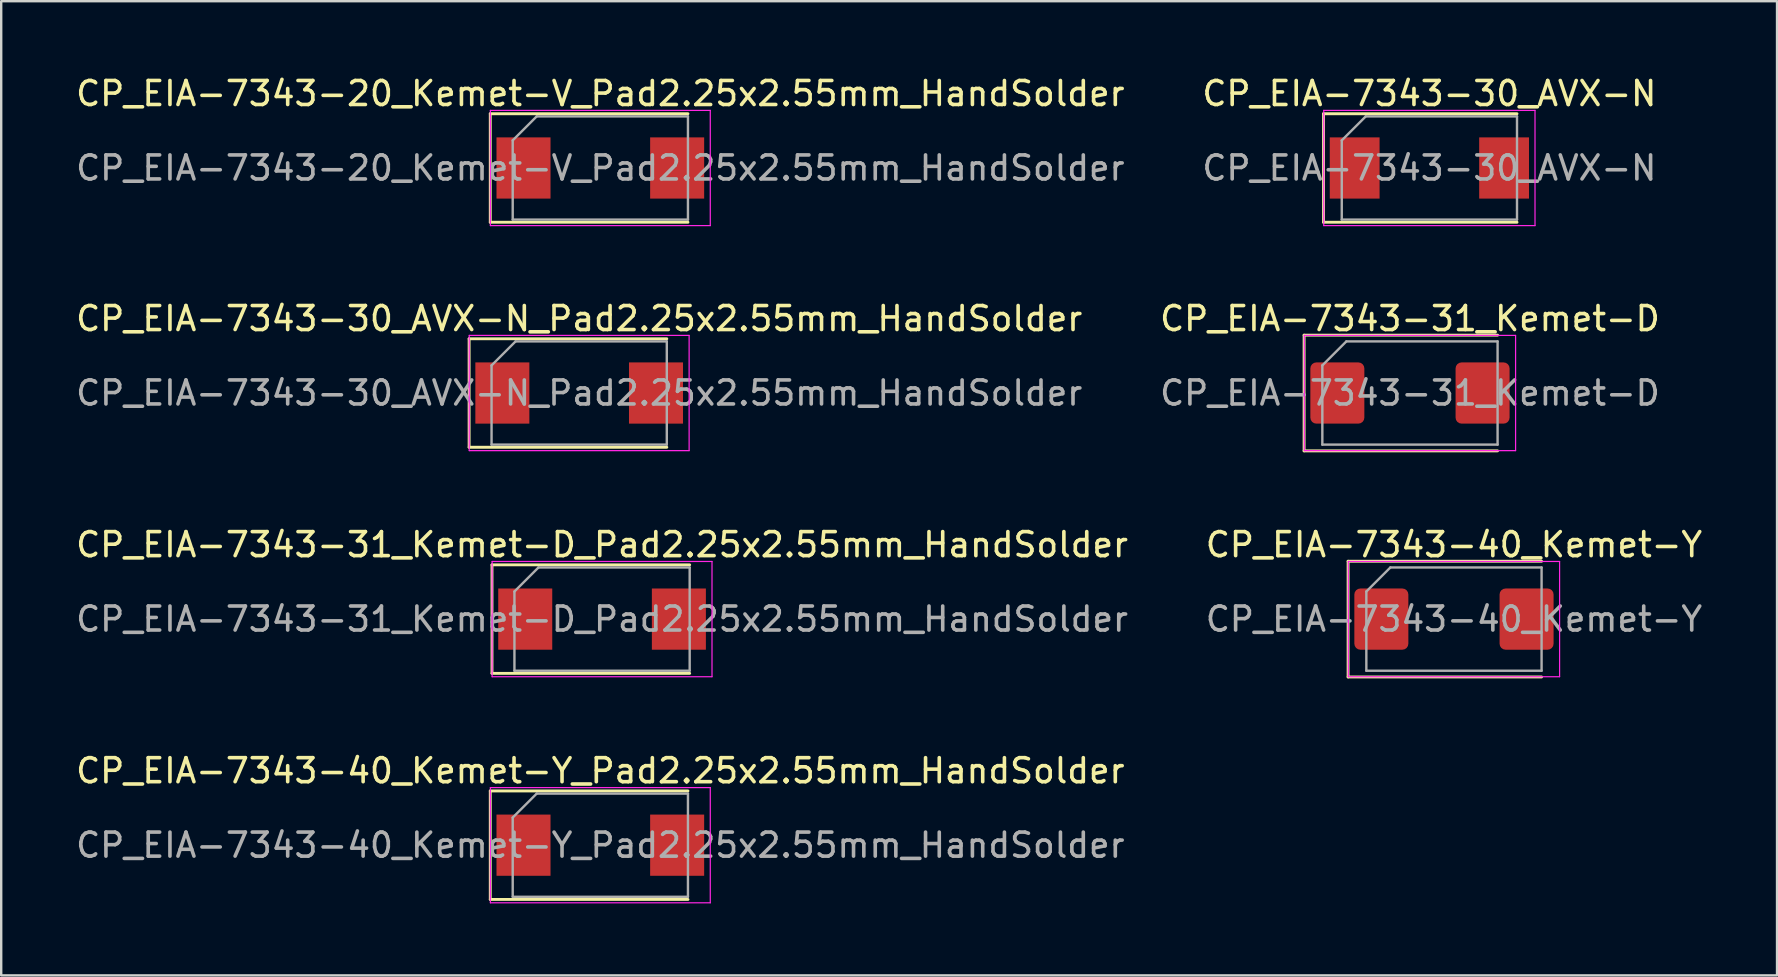
<source format=kicad_pcb>
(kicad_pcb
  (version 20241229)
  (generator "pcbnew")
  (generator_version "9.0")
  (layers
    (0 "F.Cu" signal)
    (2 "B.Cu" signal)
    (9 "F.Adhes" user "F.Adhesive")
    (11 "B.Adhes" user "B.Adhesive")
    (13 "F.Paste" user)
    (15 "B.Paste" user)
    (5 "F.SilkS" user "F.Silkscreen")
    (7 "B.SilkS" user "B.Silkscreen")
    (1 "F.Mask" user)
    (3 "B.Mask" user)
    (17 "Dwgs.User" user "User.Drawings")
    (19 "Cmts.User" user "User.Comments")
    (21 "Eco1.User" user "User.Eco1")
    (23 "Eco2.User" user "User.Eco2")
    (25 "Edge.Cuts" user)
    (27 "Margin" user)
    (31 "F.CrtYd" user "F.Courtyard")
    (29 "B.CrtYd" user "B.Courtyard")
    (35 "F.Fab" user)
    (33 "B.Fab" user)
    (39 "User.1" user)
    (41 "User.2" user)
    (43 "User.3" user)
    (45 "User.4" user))
  (footprint "CP_EIA-7343-31_Kemet-D"
    (layer "F.Cu")
    (at 55.685 13.322)
    (property "Reference" "CP_EIA-7343-31_Kemet-D" (at 0 -3.1 0) (layer "F.SilkS") (effects (font (size 1 1) (thickness 0.15))))
    (attr smd)
    (fp_line (start -4.41 -2.41) (end -4.41 2.41) (stroke (width 0.12) (type solid)) (layer "F.SilkS"))
    (fp_line (start -4.41 2.41) (end 3.65 2.41) (stroke (width 0.12) (type solid)) (layer "F.SilkS"))
    (fp_line (start 3.65 -2.41) (end -4.41 -2.41) (stroke (width 0.12) (type solid)) (layer "F.SilkS"))
    (fp_line (start -4.4 -2.4) (end 4.4 -2.4) (stroke (width 0.05) (type solid)) (layer "F.CrtYd"))
    (fp_line (start -4.4 2.4) (end -4.4 -2.4) (stroke (width 0.05) (type solid)) (layer "F.CrtYd"))
    (fp_line (start 4.4 -2.4) (end 4.4 2.4) (stroke (width 0.05) (type solid)) (layer "F.CrtYd"))
    (fp_line (start 4.4 2.4) (end -4.4 2.4) (stroke (width 0.05) (type solid)) (layer "F.CrtYd"))
    (fp_line (start -3.65 -1.15) (end -3.65 2.15) (stroke (width 0.1) (type solid)) (layer "F.Fab"))
    (fp_line (start -3.65 2.15) (end 3.65 2.15) (stroke (width 0.1) (type solid)) (layer "F.Fab"))
    (fp_line (start -2.65 -2.15) (end -3.65 -1.15) (stroke (width 0.1) (type solid)) (layer "F.Fab"))
    (fp_line (start 3.65 -2.15) (end -2.65 -2.15) (stroke (width 0.1) (type solid)) (layer "F.Fab"))
    (fp_line (start 3.65 2.15) (end 3.65 -2.15) (stroke (width 0.1) (type solid)) (layer "F.Fab"))
    (fp_text user "${REFERENCE}" (at 0 0 0) (layer "F.Fab") (effects (font (size 1 1) (thickness 0.15))))
    (pad "1" smd roundrect (at -3.025 0) (size 2.25 2.55) (layers "F.Cu" "F.Mask" "F.Paste") (roundrect_rratio 0.111))
    (pad "2" smd roundrect (at 3.025 0) (size 2.25 2.55) (layers "F.Cu" "F.Mask" "F.Paste") (roundrect_rratio 0.111)))
  (footprint "CP_EIA-7343-31_Kemet-D_Pad2.25x2.55mm_HandSolder"
    (layer "F.Cu")
    (at 22.03 22.74)
    (property "Reference" "CP_EIA-7343-31_Kemet-D_Pad2.25x2.55mm_HandSolder" (at 0 -3.1 0) (layer "F.SilkS") (effects (font (size 1 1) (thickness 0.15))))
    (attr smd)
    (fp_line (start -4.585 -2.26) (end -4.585 2.26) (stroke (width 0.12) (type solid)) (layer "F.SilkS"))
    (fp_line (start -4.585 2.26) (end 3.65 2.26) (stroke (width 0.12) (type solid)) (layer "F.SilkS"))
    (fp_line (start 3.65 -2.26) (end -4.585 -2.26) (stroke (width 0.12) (type solid)) (layer "F.SilkS"))
    (fp_line (start -4.58 -2.4) (end 4.58 -2.4) (stroke (width 0.05) (type solid)) (layer "F.CrtYd"))
    (fp_line (start -4.58 2.4) (end -4.58 -2.4) (stroke (width 0.05) (type solid)) (layer "F.CrtYd"))
    (fp_line (start 4.58 -2.4) (end 4.58 2.4) (stroke (width 0.05) (type solid)) (layer "F.CrtYd"))
    (fp_line (start 4.58 2.4) (end -4.58 2.4) (stroke (width 0.05) (type solid)) (layer "F.CrtYd"))
    (fp_line (start -3.65 -1.15) (end -3.65 2.15) (stroke (width 0.1) (type solid)) (layer "F.Fab"))
    (fp_line (start -3.65 2.15) (end 3.65 2.15) (stroke (width 0.1) (type solid)) (layer "F.Fab"))
    (fp_line (start -2.65 -2.15) (end -3.65 -1.15) (stroke (width 0.1) (type solid)) (layer "F.Fab"))
    (fp_line (start 3.65 -2.15) (end -2.65 -2.15) (stroke (width 0.1) (type solid)) (layer "F.Fab"))
    (fp_line (start 3.65 2.15) (end 3.65 -2.15) (stroke (width 0.1) (type solid)) (layer "F.Fab"))
    (fp_text user "${REFERENCE}" (at 0 0 0) (layer "F.Fab") (effects (font (size 1 1) (thickness 0.15))))
    (pad "1" smd rect (at -3.2 0) (size 2.25 2.55) (layers "F.Cu" "F.Mask" "F.Paste"))
    (pad "2" smd rect (at 3.2 0) (size 2.25 2.55) (layers "F.Cu" "F.Mask" "F.Paste")))
  (footprint "CP_EIA-7343-20_Kemet-V_Pad2.25x2.55mm_HandSolder"
    (layer "F.Cu")
    (at 21.958 3.948)
    (property "Reference" "CP_EIA-7343-20_Kemet-V_Pad2.25x2.55mm_HandSolder" (at 0 -3.1 0) (layer "F.SilkS") (effects (font (size 1 1) (thickness 0.15))))
    (attr smd)
    (fp_line (start -4.585 -2.26) (end -4.585 2.26) (stroke (width 0.12) (type solid)) (layer "F.SilkS"))
    (fp_line (start -4.585 2.26) (end 3.65 2.26) (stroke (width 0.12) (type solid)) (layer "F.SilkS"))
    (fp_line (start 3.65 -2.26) (end -4.585 -2.26) (stroke (width 0.12) (type solid)) (layer "F.SilkS"))
    (fp_line (start -4.58 -2.4) (end 4.58 -2.4) (stroke (width 0.05) (type solid)) (layer "F.CrtYd"))
    (fp_line (start -4.58 2.4) (end -4.58 -2.4) (stroke (width 0.05) (type solid)) (layer "F.CrtYd"))
    (fp_line (start 4.58 -2.4) (end 4.58 2.4) (stroke (width 0.05) (type solid)) (layer "F.CrtYd"))
    (fp_line (start 4.58 2.4) (end -4.58 2.4) (stroke (width 0.05) (type solid)) (layer "F.CrtYd"))
    (fp_line (start -3.65 -1.15) (end -3.65 2.15) (stroke (width 0.1) (type solid)) (layer "F.Fab"))
    (fp_line (start -3.65 2.15) (end 3.65 2.15) (stroke (width 0.1) (type solid)) (layer "F.Fab"))
    (fp_line (start -2.65 -2.15) (end -3.65 -1.15) (stroke (width 0.1) (type solid)) (layer "F.Fab"))
    (fp_line (start 3.65 -2.15) (end -2.65 -2.15) (stroke (width 0.1) (type solid)) (layer "F.Fab"))
    (fp_line (start 3.65 2.15) (end 3.65 -2.15) (stroke (width 0.1) (type solid)) (layer "F.Fab"))
    (fp_text user "${REFERENCE}" (at 0 0 0) (layer "F.Fab") (effects (font (size 1 1) (thickness 0.15))))
    (pad "1" smd rect (at -3.2 0) (size 2.25 2.55) (layers "F.Cu" "F.Mask" "F.Paste"))
    (pad "2" smd rect (at 3.2 0) (size 2.25 2.55) (layers "F.Cu" "F.Mask" "F.Paste")))
  (footprint "CP_EIA-7343-40_Kemet-Y_Pad2.25x2.55mm_HandSolder"
    (layer "F.Cu")
    (at 21.958 32.158)
    (property "Reference" "CP_EIA-7343-40_Kemet-Y_Pad2.25x2.55mm_HandSolder" (at 0 -3.1 0) (layer "F.SilkS") (effects (font (size 1 1) (thickness 0.15))))
    (attr smd)
    (fp_line (start -4.585 -2.26) (end -4.585 2.26) (stroke (width 0.12) (type solid)) (layer "F.SilkS"))
    (fp_line (start -4.585 2.26) (end 3.65 2.26) (stroke (width 0.12) (type solid)) (layer "F.SilkS"))
    (fp_line (start 3.65 -2.26) (end -4.585 -2.26) (stroke (width 0.12) (type solid)) (layer "F.SilkS"))
    (fp_line (start -4.58 -2.4) (end 4.58 -2.4) (stroke (width 0.05) (type solid)) (layer "F.CrtYd"))
    (fp_line (start -4.58 2.4) (end -4.58 -2.4) (stroke (width 0.05) (type solid)) (layer "F.CrtYd"))
    (fp_line (start 4.58 -2.4) (end 4.58 2.4) (stroke (width 0.05) (type solid)) (layer "F.CrtYd"))
    (fp_line (start 4.58 2.4) (end -4.58 2.4) (stroke (width 0.05) (type solid)) (layer "F.CrtYd"))
    (fp_line (start -3.65 -1.15) (end -3.65 2.15) (stroke (width 0.1) (type solid)) (layer "F.Fab"))
    (fp_line (start -3.65 2.15) (end 3.65 2.15) (stroke (width 0.1) (type solid)) (layer "F.Fab"))
    (fp_line (start -2.65 -2.15) (end -3.65 -1.15) (stroke (width 0.1) (type solid)) (layer "F.Fab"))
    (fp_line (start 3.65 -2.15) (end -2.65 -2.15) (stroke (width 0.1) (type solid)) (layer "F.Fab"))
    (fp_line (start 3.65 2.15) (end 3.65 -2.15) (stroke (width 0.1) (type solid)) (layer "F.Fab"))
    (fp_text user "${REFERENCE}" (at 0 0 0) (layer "F.Fab") (effects (font (size 1 1) (thickness 0.15))))
    (pad "1" smd rect (at -3.2 0) (size 2.25 2.55) (layers "F.Cu" "F.Mask" "F.Paste"))
    (pad "2" smd rect (at 3.2 0) (size 2.25 2.55) (layers "F.Cu" "F.Mask" "F.Paste")))
  (footprint "CP_EIA-7343-30_AVX-N_Pad2.25x2.55mm_HandSolder"
    (layer "F.Cu")
    (at 21.077 13.322)
    (property "Reference" "CP_EIA-7343-30_AVX-N_Pad2.25x2.55mm_HandSolder" (at 0 -3.1 0) (layer "F.SilkS") (effects (font (size 1 1) (thickness 0.15))))
    (attr smd)
    (fp_line (start -4.585 -2.26) (end -4.585 2.26) (stroke (width 0.12) (type solid)) (layer "F.SilkS"))
    (fp_line (start -4.585 2.26) (end 3.65 2.26) (stroke (width 0.12) (type solid)) (layer "F.SilkS"))
    (fp_line (start 3.65 -2.26) (end -4.585 -2.26) (stroke (width 0.12) (type solid)) (layer "F.SilkS"))
    (fp_line (start -4.58 -2.4) (end 4.58 -2.4) (stroke (width 0.05) (type solid)) (layer "F.CrtYd"))
    (fp_line (start -4.58 2.4) (end -4.58 -2.4) (stroke (width 0.05) (type solid)) (layer "F.CrtYd"))
    (fp_line (start 4.58 -2.4) (end 4.58 2.4) (stroke (width 0.05) (type solid)) (layer "F.CrtYd"))
    (fp_line (start 4.58 2.4) (end -4.58 2.4) (stroke (width 0.05) (type solid)) (layer "F.CrtYd"))
    (fp_line (start -3.65 -1.15) (end -3.65 2.15) (stroke (width 0.1) (type solid)) (layer "F.Fab"))
    (fp_line (start -3.65 2.15) (end 3.65 2.15) (stroke (width 0.1) (type solid)) (layer "F.Fab"))
    (fp_line (start -2.65 -2.15) (end -3.65 -1.15) (stroke (width 0.1) (type solid)) (layer "F.Fab"))
    (fp_line (start 3.65 -2.15) (end -2.65 -2.15) (stroke (width 0.1) (type solid)) (layer "F.Fab"))
    (fp_line (start 3.65 2.15) (end 3.65 -2.15) (stroke (width 0.1) (type solid)) (layer "F.Fab"))
    (fp_text user "${REFERENCE}" (at 0 0 0) (layer "F.Fab") (effects (font (size 1 1) (thickness 0.15))))
    (pad "1" smd rect (at -3.2 0) (size 2.25 2.55) (layers "F.Cu" "F.Mask" "F.Paste"))
    (pad "2" smd rect (at 3.2 0) (size 2.25 2.55) (layers "F.Cu" "F.Mask" "F.Paste")))
  (footprint "CP_EIA-7343-30_AVX-N"
    (layer "F.Cu")
    (at 56.494 3.948)
    (property "Reference" "CP_EIA-7343-30_AVX-N" (at 0 -3.1 0) (layer "F.SilkS") (effects (font (size 1 1) (thickness 0.15))))
    (attr smd)
    (fp_line (start -4.41 -2.26) (end -4.41 2.26) (stroke (width 0.12) (type solid)) (layer "F.SilkS"))
    (fp_line (start -4.41 2.26) (end 3.65 2.26) (stroke (width 0.12) (type solid)) (layer "F.SilkS"))
    (fp_line (start 3.65 -2.26) (end -4.41 -2.26) (stroke (width 0.12) (type solid)) (layer "F.SilkS"))
    (fp_line (start -4.4 -2.4) (end 4.4 -2.4) (stroke (width 0.05) (type solid)) (layer "F.CrtYd"))
    (fp_line (start -4.4 2.4) (end -4.4 -2.4) (stroke (width 0.05) (type solid)) (layer "F.CrtYd"))
    (fp_line (start 4.4 -2.4) (end 4.4 2.4) (stroke (width 0.05) (type solid)) (layer "F.CrtYd"))
    (fp_line (start 4.4 2.4) (end -4.4 2.4) (stroke (width 0.05) (type solid)) (layer "F.CrtYd"))
    (fp_line (start -3.65 -1.15) (end -3.65 2.15) (stroke (width 0.1) (type solid)) (layer "F.Fab"))
    (fp_line (start -3.65 2.15) (end 3.65 2.15) (stroke (width 0.1) (type solid)) (layer "F.Fab"))
    (fp_line (start -2.65 -2.15) (end -3.65 -1.15) (stroke (width 0.1) (type solid)) (layer "F.Fab"))
    (fp_line (start 3.65 -2.15) (end -2.65 -2.15) (stroke (width 0.1) (type solid)) (layer "F.Fab"))
    (fp_line (start 3.65 2.15) (end 3.65 -2.15) (stroke (width 0.1) (type solid)) (layer "F.Fab"))
    (fp_text user "${REFERENCE}" (at 0 0 0) (layer "F.Fab") (effects (font (size 1 1) (thickness 0.15))))
    (pad "1" smd rect (at -3.112 0) (size 2.075 2.55) (layers "F.Cu" "F.Mask" "F.Paste"))
    (pad "2" smd rect (at 3.112 0) (size 2.075 2.55) (layers "F.Cu" "F.Mask" "F.Paste")))
  (footprint "CP_EIA-7343-40_Kemet-Y"
    (layer "F.Cu")
    (at 57.518 22.74)
    (property "Reference" "CP_EIA-7343-40_Kemet-Y" (at 0 -3.1 0) (layer "F.SilkS") (effects (font (size 1 1) (thickness 0.15))))
    (attr smd)
    (fp_line (start -4.41 -2.41) (end -4.41 2.41) (stroke (width 0.12) (type solid)) (layer "F.SilkS"))
    (fp_line (start -4.41 2.41) (end 3.65 2.41) (stroke (width 0.12) (type solid)) (layer "F.SilkS"))
    (fp_line (start 3.65 -2.41) (end -4.41 -2.41) (stroke (width 0.12) (type solid)) (layer "F.SilkS"))
    (fp_line (start -4.4 -2.4) (end 4.4 -2.4) (stroke (width 0.05) (type solid)) (layer "F.CrtYd"))
    (fp_line (start -4.4 2.4) (end -4.4 -2.4) (stroke (width 0.05) (type solid)) (layer "F.CrtYd"))
    (fp_line (start 4.4 -2.4) (end 4.4 2.4) (stroke (width 0.05) (type solid)) (layer "F.CrtYd"))
    (fp_line (start 4.4 2.4) (end -4.4 2.4) (stroke (width 0.05) (type solid)) (layer "F.CrtYd"))
    (fp_line (start -3.65 -1.15) (end -3.65 2.15) (stroke (width 0.1) (type solid)) (layer "F.Fab"))
    (fp_line (start -3.65 2.15) (end 3.65 2.15) (stroke (width 0.1) (type solid)) (layer "F.Fab"))
    (fp_line (start -2.65 -2.15) (end -3.65 -1.15) (stroke (width 0.1) (type solid)) (layer "F.Fab"))
    (fp_line (start 3.65 -2.15) (end -2.65 -2.15) (stroke (width 0.1) (type solid)) (layer "F.Fab"))
    (fp_line (start 3.65 2.15) (end 3.65 -2.15) (stroke (width 0.1) (type solid)) (layer "F.Fab"))
    (fp_text user "${REFERENCE}" (at 0 0 0) (layer "F.Fab") (effects (font (size 1 1) (thickness 0.15))))
    (pad "1" smd roundrect (at -3.025 0) (size 2.25 2.55) (layers "F.Cu" "F.Mask" "F.Paste") (roundrect_rratio 0.111))
    (pad "2" smd roundrect (at 3.025 0) (size 2.25 2.55) (layers "F.Cu" "F.Mask" "F.Paste") (roundrect_rratio 0.111)))
  (gr_rect
    (start -3 -3)
    (end 70.976 37.583)
    (stroke (width 0.1) (type default))
    (fill no)
    (layer "Edge.Cuts")))
</source>
